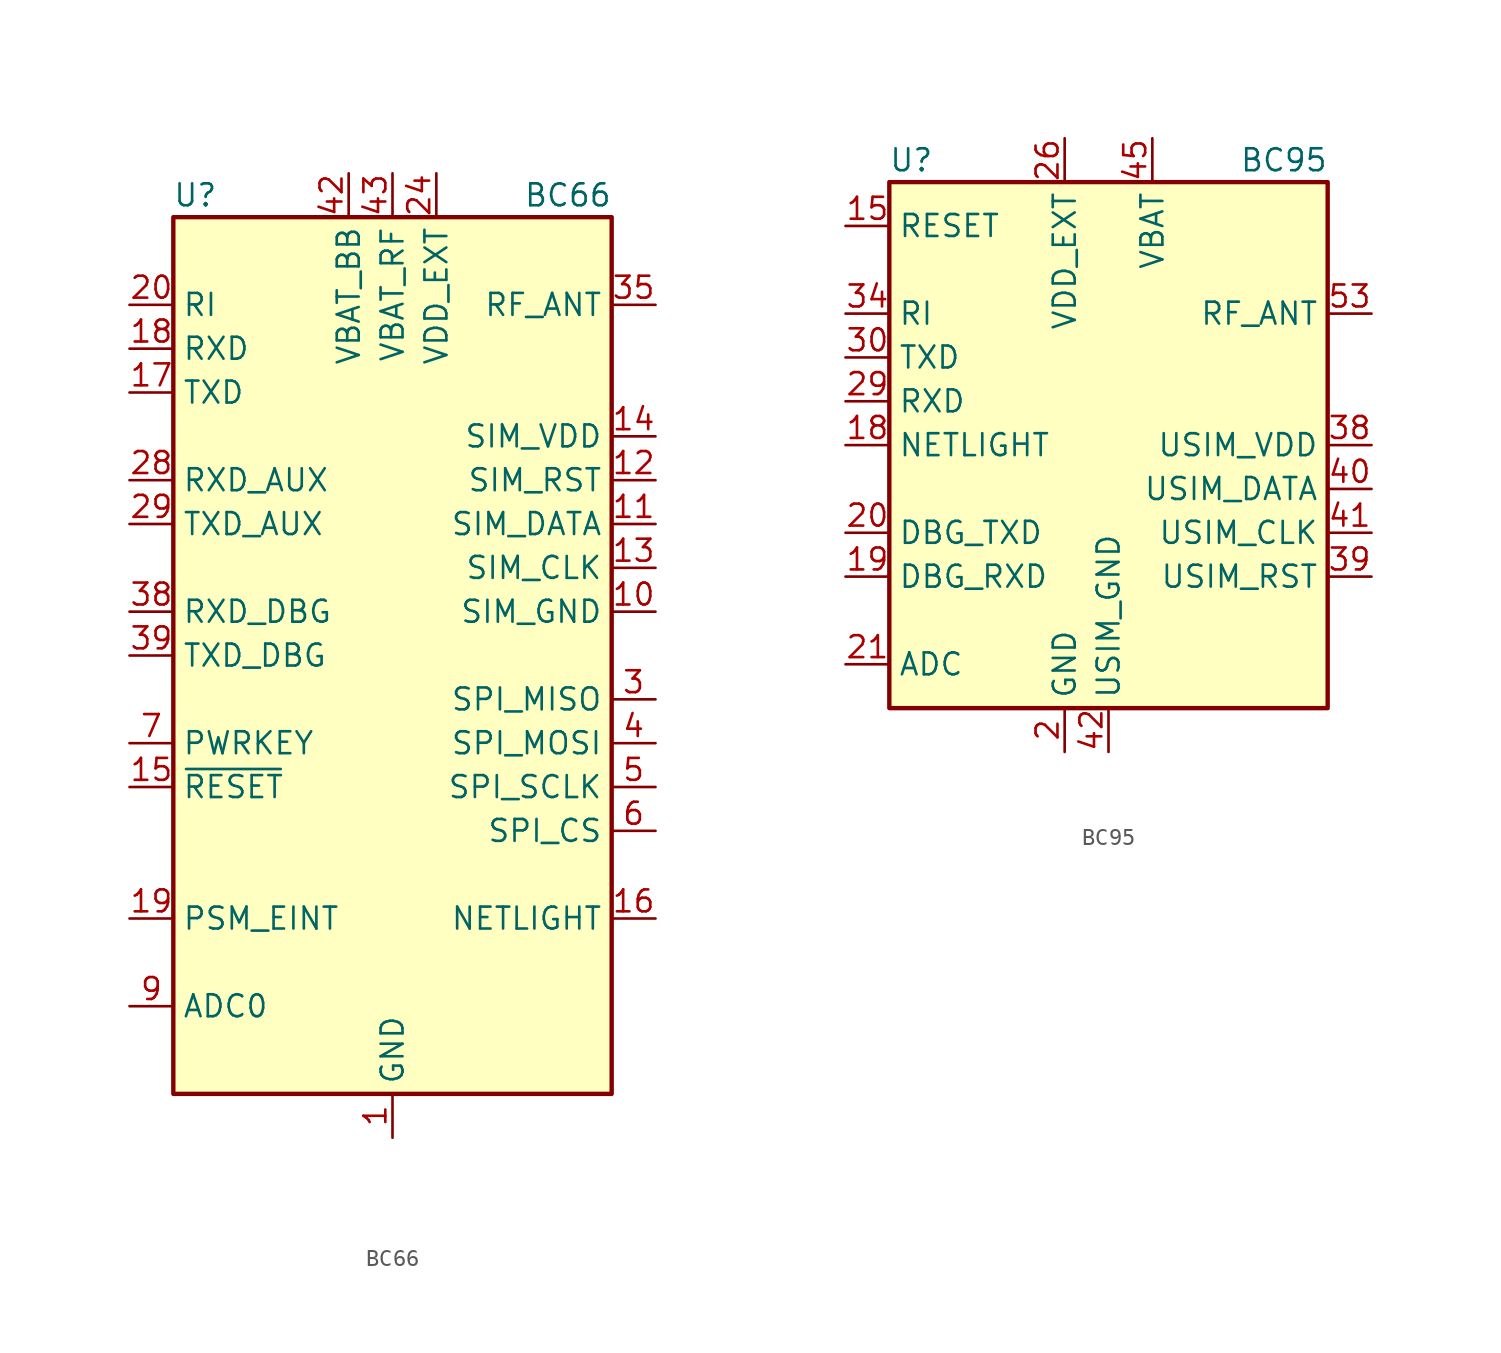
<source format=kicad_sym>
(kicad_symbol_lib
  (version 20220914)
  (generator kicad_symbol_editor)
  (symbol "BC66"
    (property "Reference" "U"
      (at -11.43 26.67 0)
      (effects (font (size 1.27 1.27))))
    (property "Value" "BC66"
      (at 10.16 26.67 0)
      (effects (font (size 1.27 1.27))))
    (symbol "BC66_0_1"
      (rectangle (start -12.7 25.4) (end 12.7 -25.4) (stroke (width 0.254) (type default)) (fill (type background))))
    (symbol "BC66_1_1"
      (pin power_in line (at 0 -27.94 90) (length 2.54) (name "GND" (effects (font (size 1.27 1.27)))) (number "1" (effects (font (size 1.27 1.27)))))
      (pin power_out line (at 15.24 2.54 180) (length 2.54) (name "SIM_GND" (effects (font (size 1.27 1.27)))) (number "10" (effects (font (size 1.27 1.27)))))
      (pin bidirectional line (at 15.24 7.62 180) (length 2.54) (name "SIM_DATA" (effects (font (size 1.27 1.27)))) (number "11" (effects (font (size 1.27 1.27)))))
      (pin output line (at 15.24 10.16 180) (length 2.54) (name "SIM_RST" (effects (font (size 1.27 1.27)))) (number "12" (effects (font (size 1.27 1.27)))))
      (pin output line (at 15.24 5.08 180) (length 2.54) (name "SIM_CLK" (effects (font (size 1.27 1.27)))) (number "13" (effects (font (size 1.27 1.27)))))
      (pin power_out line (at 15.24 12.7 180) (length 2.54) (name "SIM_VDD" (effects (font (size 1.27 1.27)))) (number "14" (effects (font (size 1.27 1.27)))))
      (pin input line (at -15.24 -7.62 0) (length 2.54) (name "~{RESET}" (effects (font (size 1.27 1.27)))) (number "15" (effects (font (size 1.27 1.27)))))
      (pin output line (at 15.24 -15.24 180) (length 2.54) (name "NETLIGHT" (effects (font (size 1.27 1.27)))) (number "16" (effects (font (size 1.27 1.27)))))
      (pin output line (at -15.24 15.24 0) (length 2.54) (name "TXD" (effects (font (size 1.27 1.27)))) (number "17" (effects (font (size 1.27 1.27)))))
      (pin input line (at -15.24 17.78 0) (length 2.54) (name "RXD" (effects (font (size 1.27 1.27)))) (number "18" (effects (font (size 1.27 1.27)))))
      (pin input line (at -15.24 -15.24 0) (length 2.54) (name "PSM_EINT" (effects (font (size 1.27 1.27)))) (number "19" (effects (font (size 1.27 1.27)))))
      (pin no_connect line (at -5.08 25.4 270) (length 2.54) hide (name "RESERVED" (effects (font (size 1.27 1.27)))) (number "2" (effects (font (size 1.27 1.27)))))
      (pin output line (at -15.24 20.32 0) (length 2.54) (name "RI" (effects (font (size 1.27 1.27)))) (number "20" (effects (font (size 1.27 1.27)))))
      (pin no_connect line (at -12.7 12.7 0) (length 2.54) hide (name "RESERVED" (effects (font (size 1.27 1.27)))) (number "21" (effects (font (size 1.27 1.27)))))
      (pin no_connect line (at -12.7 5.08 0) (length 2.54) hide (name "RESERVED" (effects (font (size 1.27 1.27)))) (number "22" (effects (font (size 1.27 1.27)))))
      (pin no_connect line (at -12.7 -2.54 0) (length 2.54) hide (name "RESERVED" (effects (font (size 1.27 1.27)))) (number "23" (effects (font (size 1.27 1.27)))))
      (pin power_out line (at 2.54 27.94 270) (length 2.54) (name "VDD_EXT" (effects (font (size 1.27 1.27)))) (number "24" (effects (font (size 1.27 1.27)))))
      (pin no_connect line (at -12.7 -10.16 0) (length 2.54) hide (name "RESERVED" (effects (font (size 1.27 1.27)))) (number "25" (effects (font (size 1.27 1.27)))))
      (pin no_connect line (at -12.7 -17.78 0) (length 2.54) hide (name "RESERVED" (effects (font (size 1.27 1.27)))) (number "26" (effects (font (size 1.27 1.27)))))
      (pin passive line (at 0 -27.94 90) (length 2.54) hide (name "GND" (effects (font (size 1.27 1.27)))) (number "27" (effects (font (size 1.27 1.27)))))
      (pin input line (at -15.24 10.16 0) (length 2.54) (name "RXD_AUX" (effects (font (size 1.27 1.27)))) (number "28" (effects (font (size 1.27 1.27)))))
      (pin output line (at -15.24 7.62 0) (length 2.54) (name "TXD_AUX" (effects (font (size 1.27 1.27)))) (number "29" (effects (font (size 1.27 1.27)))))
      (pin input line (at 15.24 -2.54 180) (length 2.54) (name "SPI_MISO" (effects (font (size 1.27 1.27)))) (number "3" (effects (font (size 1.27 1.27)))))
      (pin no_connect line (at -12.7 -22.86 0) (length 2.54) hide (name "RESERVED" (effects (font (size 1.27 1.27)))) (number "30" (effects (font (size 1.27 1.27)))))
      (pin no_connect line (at -10.16 -25.4 90) (length 2.54) hide (name "RESERVED" (effects (font (size 1.27 1.27)))) (number "31" (effects (font (size 1.27 1.27)))))
      (pin no_connect line (at -7.62 -25.4 90) (length 2.54) hide (name "RESERVED" (effects (font (size 1.27 1.27)))) (number "32" (effects (font (size 1.27 1.27)))))
      (pin no_connect line (at -5.08 -25.4 90) (length 2.54) hide (name "RESERVED" (effects (font (size 1.27 1.27)))) (number "33" (effects (font (size 1.27 1.27)))))
      (pin passive line (at 0 -27.94 90) (length 2.54) hide (name "GND" (effects (font (size 1.27 1.27)))) (number "34" (effects (font (size 1.27 1.27)))))
      (pin passive line (at 15.24 20.32 180) (length 2.54) (name "RF_ANT" (effects (font (size 1.27 1.27)))) (number "35" (effects (font (size 1.27 1.27)))))
      (pin passive line (at 0 -27.94 90) (length 2.54) hide (name "GND" (effects (font (size 1.27 1.27)))) (number "36" (effects (font (size 1.27 1.27)))))
      (pin passive line (at 0 -27.94 90) (length 2.54) hide (name "GND" (effects (font (size 1.27 1.27)))) (number "37" (effects (font (size 1.27 1.27)))))
      (pin input line (at -15.24 2.54 0) (length 2.54) (name "RXD_DBG" (effects (font (size 1.27 1.27)))) (number "38" (effects (font (size 1.27 1.27)))))
      (pin output line (at -15.24 0 0) (length 2.54) (name "TXD_DBG" (effects (font (size 1.27 1.27)))) (number "39" (effects (font (size 1.27 1.27)))))
      (pin output line (at 15.24 -5.08 180) (length 2.54) (name "SPI_MOSI" (effects (font (size 1.27 1.27)))) (number "4" (effects (font (size 1.27 1.27)))))
      (pin passive line (at 0 -27.94 90) (length 2.54) hide (name "GND" (effects (font (size 1.27 1.27)))) (number "40" (effects (font (size 1.27 1.27)))))
      (pin passive line (at 0 -27.94 90) (length 2.54) hide (name "GND" (effects (font (size 1.27 1.27)))) (number "41" (effects (font (size 1.27 1.27)))))
      (pin power_in line (at -2.54 27.94 270) (length 2.54) (name "VBAT_BB" (effects (font (size 1.27 1.27)))) (number "42" (effects (font (size 1.27 1.27)))))
      (pin power_in line (at 0 27.94 270) (length 2.54) (name "VBAT_RF" (effects (font (size 1.27 1.27)))) (number "43" (effects (font (size 1.27 1.27)))))
      (pin no_connect line (at -2.54 -25.4 90) (length 2.54) hide (name "RESERVED" (effects (font (size 1.27 1.27)))) (number "44" (effects (font (size 1.27 1.27)))))
      (pin no_connect line (at 5.08 -25.4 90) (length 2.54) hide (name "RESERVED" (effects (font (size 1.27 1.27)))) (number "45" (effects (font (size 1.27 1.27)))))
      (pin no_connect line (at 7.62 -25.4 90) (length 2.54) hide (name "RESERVED" (effects (font (size 1.27 1.27)))) (number "46" (effects (font (size 1.27 1.27)))))
      (pin no_connect line (at 10.16 -25.4 90) (length 2.54) hide (name "RESERVED" (effects (font (size 1.27 1.27)))) (number "47" (effects (font (size 1.27 1.27)))))
      (pin no_connect line (at 12.7 -22.86 180) (length 2.54) hide (name "RESERVED" (effects (font (size 1.27 1.27)))) (number "48" (effects (font (size 1.27 1.27)))))
      (pin no_connect line (at 12.7 -20.32 180) (length 2.54) hide (name "RESERVED" (effects (font (size 1.27 1.27)))) (number "49" (effects (font (size 1.27 1.27)))))
      (pin output line (at 15.24 -7.62 180) (length 2.54) (name "SPI_SCLK" (effects (font (size 1.27 1.27)))) (number "5" (effects (font (size 1.27 1.27)))))
      (pin no_connect line (at 12.7 -17.78 180) (length 2.54) hide (name "RESERVED" (effects (font (size 1.27 1.27)))) (number "50" (effects (font (size 1.27 1.27)))))
      (pin no_connect line (at -12.7 -12.7 0) (length 2.54) hide (name "RESERVED" (effects (font (size 1.27 1.27)))) (number "51" (effects (font (size 1.27 1.27)))))
      (pin no_connect line (at 12.7 -12.7 180) (length 2.54) hide (name "RESERVED" (effects (font (size 1.27 1.27)))) (number "52" (effects (font (size 1.27 1.27)))))
      (pin no_connect line (at 12.7 0 180) (length 2.54) hide (name "RESERVED" (effects (font (size 1.27 1.27)))) (number "53" (effects (font (size 1.27 1.27)))))
      (pin no_connect line (at 2.54 -25.4 90) (length 2.54) hide (name "RESERVED" (effects (font (size 1.27 1.27)))) (number "54" (effects (font (size 1.27 1.27)))))
      (pin no_connect line (at 12.7 17.78 180) (length 2.54) hide (name "RESERVED" (effects (font (size 1.27 1.27)))) (number "55" (effects (font (size 1.27 1.27)))))
      (pin no_connect line (at 12.7 15.24 180) (length 2.54) hide (name "RESERVED" (effects (font (size 1.27 1.27)))) (number "56" (effects (font (size 1.27 1.27)))))
      (pin no_connect line (at 12.7 22.86 180) (length 2.54) hide (name "RESERVED" (effects (font (size 1.27 1.27)))) (number "57" (effects (font (size 1.27 1.27)))))
      (pin no_connect line (at 5.08 25.4 270) (length 2.54) hide (name "RESERVED" (effects (font (size 1.27 1.27)))) (number "58" (effects (font (size 1.27 1.27)))))
      (pin output line (at 15.24 -10.16 180) (length 2.54) (name "SPI_CS" (effects (font (size 1.27 1.27)))) (number "6" (effects (font (size 1.27 1.27)))))
      (pin input line (at -15.24 -5.08 0) (length 2.54) (name "PWRKEY" (effects (font (size 1.27 1.27)))) (number "7" (effects (font (size 1.27 1.27)))))
      (pin no_connect line (at -12.7 22.86 0) (length 2.54) hide (name "RESERVED" (effects (font (size 1.27 1.27)))) (number "8" (effects (font (size 1.27 1.27)))))
      (pin input line (at -15.24 -20.32 0) (length 2.54) (name "ADC0" (effects (font (size 1.27 1.27)))) (number "9" (effects (font (size 1.27 1.27)))))))
  (symbol "BC95"
    (property "Reference" "U"
      (at -11.43 16.51 0)
      (effects (font (size 1.27 1.27))))
    (property "Value" "BC95"
      (at 10.16 16.51 0)
      (effects (font (size 1.27 1.27))))
    (symbol "BC95_0_1"
      (rectangle (start -12.7 15.24) (end 12.7 -15.24) (stroke (width 0.254) (type default)) (fill (type background))))
    (symbol "BC95_1_1"
      (pin input line (at -15.24 12.7 0) (length 2.54) (name "RESET" (effects (font (size 1.27 1.27)))) (number "15" (effects (font (size 1.27 1.27)))))
      (pin output line (at -15.24 0 0) (length 2.54) (name "NETLIGHT" (effects (font (size 1.27 1.27)))) (number "18" (effects (font (size 1.27 1.27)))))
      (pin input line (at -15.24 -7.62 0) (length 2.54) (name "DBG_RXD" (effects (font (size 1.27 1.27)))) (number "19" (effects (font (size 1.27 1.27)))))
      (pin power_in line (at -2.54 -17.78 90) (length 2.54) (name "GND" (effects (font (size 1.27 1.27)))) (number "2" (effects (font (size 1.27 1.27)))))
      (pin output line (at -15.24 -5.08 0) (length 2.54) (name "DBG_TXD" (effects (font (size 1.27 1.27)))) (number "20" (effects (font (size 1.27 1.27)))))
      (pin input line (at -15.24 -12.7 0) (length 2.54) (name "ADC" (effects (font (size 1.27 1.27)))) (number "21" (effects (font (size 1.27 1.27)))))
      (pin power_out line (at -2.54 17.78 270) (length 2.54) (name "VDD_EXT" (effects (font (size 1.27 1.27)))) (number "26" (effects (font (size 1.27 1.27)))))
      (pin input line (at -15.24 2.54 0) (length 2.54) (name "RXD" (effects (font (size 1.27 1.27)))) (number "29" (effects (font (size 1.27 1.27)))))
      (pin output line (at -15.24 5.08 0) (length 2.54) (name "TXD" (effects (font (size 1.27 1.27)))) (number "30" (effects (font (size 1.27 1.27)))))
      (pin output line (at -15.24 7.62 0) (length 2.54) (name "RI" (effects (font (size 1.27 1.27)))) (number "34" (effects (font (size 1.27 1.27)))))
      (pin power_out line (at 15.24 0 180) (length 2.54) (name "USIM_VDD" (effects (font (size 1.27 1.27)))) (number "38" (effects (font (size 1.27 1.27)))))
      (pin output line (at 15.24 -7.62 180) (length 2.54) (name "USIM_RST" (effects (font (size 1.27 1.27)))) (number "39" (effects (font (size 1.27 1.27)))))
      (pin bidirectional line (at 15.24 -2.54 180) (length 2.54) (name "USIM_DATA" (effects (font (size 1.27 1.27)))) (number "40" (effects (font (size 1.27 1.27)))))
      (pin output line (at 15.24 -5.08 180) (length 2.54) (name "USIM_CLK" (effects (font (size 1.27 1.27)))) (number "41" (effects (font (size 1.27 1.27)))))
      (pin power_in line (at 0 -17.78 90) (length 2.54) (name "USIM_GND" (effects (font (size 1.27 1.27)))) (number "42" (effects (font (size 1.27 1.27)))))
      (pin passive line (at -2.54 -17.78 90) (length 2.54) hide (name "GND" (effects (font (size 1.27 1.27)))) (number "43" (effects (font (size 1.27 1.27)))))
      (pin power_in line (at 2.54 17.78 270) (length 2.54) (name "VBAT" (effects (font (size 1.27 1.27)))) (number "45" (effects (font (size 1.27 1.27)))))
      (pin passive line (at 2.54 17.78 270) (length 2.54) hide (name "VBAT" (effects (font (size 1.27 1.27)))) (number "46" (effects (font (size 1.27 1.27)))))
      (pin passive line (at -2.54 -17.78 90) (length 2.54) hide (name "GND" (effects (font (size 1.27 1.27)))) (number "47" (effects (font (size 1.27 1.27)))))
      (pin passive line (at -2.54 -17.78 90) (length 2.54) hide (name "GND" (effects (font (size 1.27 1.27)))) (number "48" (effects (font (size 1.27 1.27)))))
      (pin passive line (at -2.54 -17.78 90) (length 2.54) hide (name "GND" (effects (font (size 1.27 1.27)))) (number "51" (effects (font (size 1.27 1.27)))))
      (pin passive line (at -2.54 -17.78 90) (length 2.54) hide (name "GND" (effects (font (size 1.27 1.27)))) (number "52" (effects (font (size 1.27 1.27)))))
      (pin passive line (at 15.24 7.62 180) (length 2.54) (name "RF_ANT" (effects (font (size 1.27 1.27)))) (number "53" (effects (font (size 1.27 1.27)))))
      (pin passive line (at -2.54 -17.78 90) (length 2.54) hide (name "GND" (effects (font (size 1.27 1.27)))) (number "54" (effects (font (size 1.27 1.27)))))
      (pin passive line (at -2.54 -17.78 90) (length 2.54) hide (name "GND" (effects (font (size 1.27 1.27)))) (number "59" (effects (font (size 1.27 1.27)))))
      (pin passive line (at -2.54 -17.78 90) (length 2.54) hide (name "GND" (effects (font (size 1.27 1.27)))) (number "60" (effects (font (size 1.27 1.27)))))
      (pin passive line (at -2.54 -17.78 90) (length 2.54) hide (name "GND" (effects (font (size 1.27 1.27)))) (number "61" (effects (font (size 1.27 1.27)))))
      (pin passive line (at -2.54 -17.78 90) (length 2.54) hide (name "GND" (effects (font (size 1.27 1.27)))) (number "62" (effects (font (size 1.27 1.27)))))
      (pin passive line (at -2.54 -17.78 90) (length 2.54) hide (name "GND" (effects (font (size 1.27 1.27)))) (number "63" (effects (font (size 1.27 1.27)))))
      (pin passive line (at -2.54 -17.78 90) (length 2.54) hide (name "GND" (effects (font (size 1.27 1.27)))) (number "64" (effects (font (size 1.27 1.27)))))
      (pin passive line (at -2.54 -17.78 90) (length 2.54) hide (name "GND" (effects (font (size 1.27 1.27)))) (number "65" (effects (font (size 1.27 1.27)))))
      (pin passive line (at -2.54 -17.78 90) (length 2.54) hide (name "GND" (effects (font (size 1.27 1.27)))) (number "66" (effects (font (size 1.27 1.27)))))
      (pin passive line (at -2.54 -17.78 90) (length 2.54) hide (name "GND" (effects (font (size 1.27 1.27)))) (number "71" (effects (font (size 1.27 1.27)))))
      (pin passive line (at -2.54 -17.78 90) (length 2.54) hide (name "GND" (effects (font (size 1.27 1.27)))) (number "72" (effects (font (size 1.27 1.27)))))
      (pin passive line (at -2.54 -17.78 90) (length 2.54) hide (name "GND" (effects (font (size 1.27 1.27)))) (number "73" (effects (font (size 1.27 1.27)))))
      (pin passive line (at -2.54 -17.78 90) (length 2.54) hide (name "GND" (effects (font (size 1.27 1.27)))) (number "74" (effects (font (size 1.27 1.27)))))
      (pin passive line (at -2.54 -17.78 90) (length 2.54) hide (name "GND" (effects (font (size 1.27 1.27)))) (number "81" (effects (font (size 1.27 1.27)))))
      (pin passive line (at -2.54 -17.78 90) (length 2.54) hide (name "GND" (effects (font (size 1.27 1.27)))) (number "82" (effects (font (size 1.27 1.27)))))
      (pin passive line (at -2.54 -17.78 90) (length 2.54) hide (name "GND" (effects (font (size 1.27 1.27)))) (number "83" (effects (font (size 1.27 1.27)))))
      (pin passive line (at -2.54 -17.78 90) (length 2.54) hide (name "GND" (effects (font (size 1.27 1.27)))) (number "92" (effects (font (size 1.27 1.27)))))
      (pin passive line (at -2.54 -17.78 90) (length 2.54) hide (name "GND" (effects (font (size 1.27 1.27)))) (number "93" (effects (font (size 1.27 1.27)))))
      (pin passive line (at -2.54 -17.78 90) (length 2.54) hide (name "GND" (effects (font (size 1.27 1.27)))) (number "94" (effects (font (size 1.27 1.27))))))))
</source>
